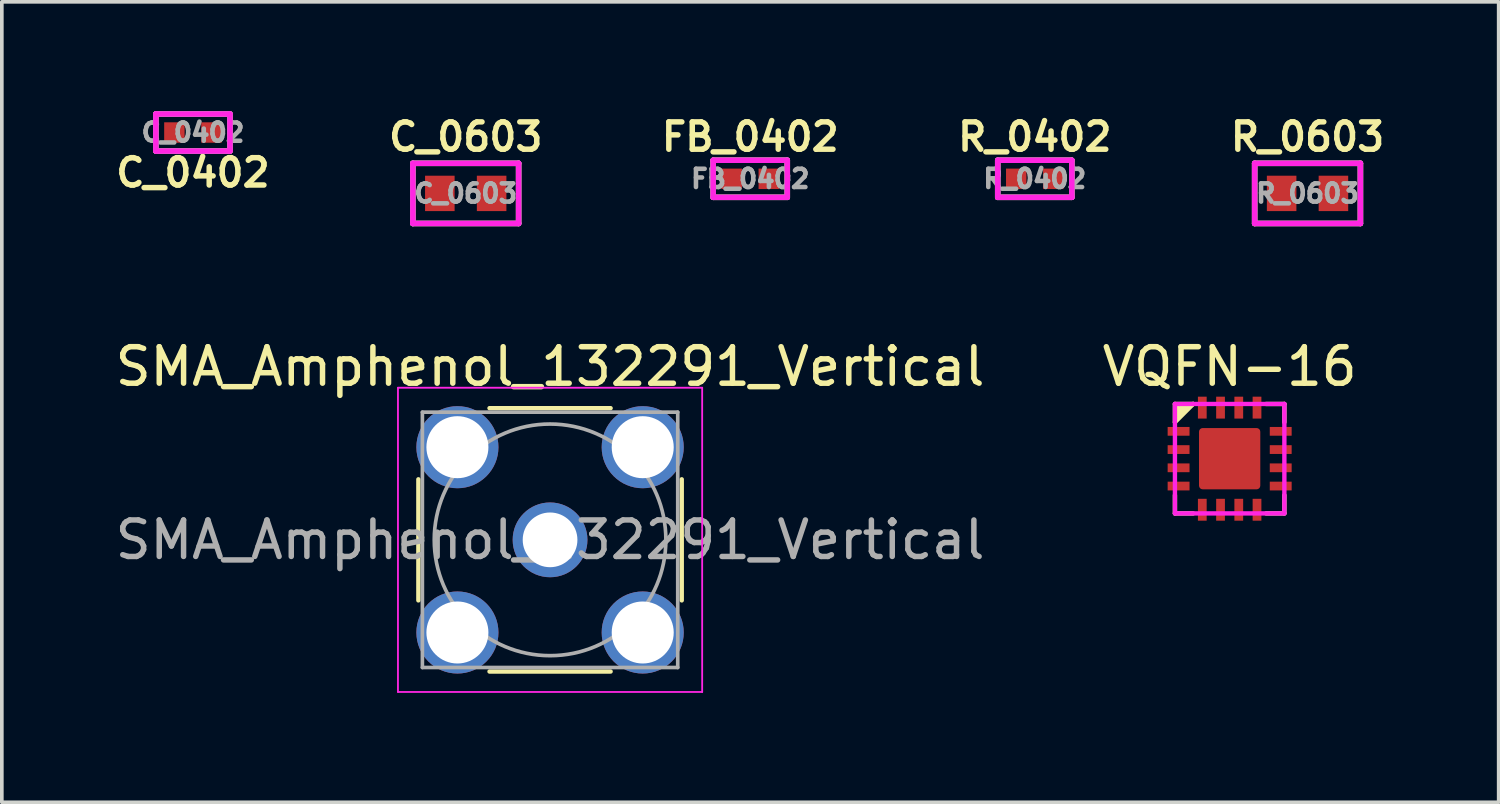
<source format=kicad_pcb>
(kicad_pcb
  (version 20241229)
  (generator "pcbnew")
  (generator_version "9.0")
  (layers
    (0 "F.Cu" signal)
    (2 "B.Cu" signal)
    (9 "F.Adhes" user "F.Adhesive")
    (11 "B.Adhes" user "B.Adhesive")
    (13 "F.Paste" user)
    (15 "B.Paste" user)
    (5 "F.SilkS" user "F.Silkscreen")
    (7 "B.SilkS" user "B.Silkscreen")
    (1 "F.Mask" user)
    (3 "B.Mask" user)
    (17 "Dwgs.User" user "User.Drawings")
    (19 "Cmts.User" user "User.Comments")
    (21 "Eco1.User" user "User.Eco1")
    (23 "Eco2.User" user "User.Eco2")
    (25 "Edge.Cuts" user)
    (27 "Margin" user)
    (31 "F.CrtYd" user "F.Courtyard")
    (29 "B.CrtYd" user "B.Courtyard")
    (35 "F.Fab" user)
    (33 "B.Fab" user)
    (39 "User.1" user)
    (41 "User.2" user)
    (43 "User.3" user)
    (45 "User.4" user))
  (footprint "R_0603"
    (layer "F.Cu")
    (at 32.796 2.252)
    (property "Reference" "R_0603" (at 0 -1.55 0) (layer "F.SilkS") (effects (font (size 0.75 0.75) (thickness 0.15))))
    (attr smd)
    (fp_line (start -1.45 -0.825) (end -1.45 0.825) (stroke (width 0.15) (type solid)) (layer "F.SilkS"))
    (fp_line (start -1.45 -0.825) (end 1.45 -0.825) (stroke (width 0.15) (type solid)) (layer "F.SilkS"))
    (fp_line (start -1.45 0.825) (end 1.45 0.825) (stroke (width 0.15) (type solid)) (layer "F.SilkS"))
    (fp_line (start 1.45 -0.825) (end 1.45 0.825) (stroke (width 0.15) (type solid)) (layer "F.SilkS"))
    (fp_line (start -1.45 -0.825) (end -1.45 0.825) (stroke (width 0.15) (type solid)) (layer "F.CrtYd"))
    (fp_line (start -1.45 -0.825) (end 1.45 -0.825) (stroke (width 0.15) (type solid)) (layer "F.CrtYd"))
    (fp_line (start -1.45 0.825) (end 1.45 0.825) (stroke (width 0.15) (type solid)) (layer "F.CrtYd"))
    (fp_line (start 1.45 -0.825) (end 1.45 0.825) (stroke (width 0.15) (type solid)) (layer "F.CrtYd"))
    (fp_line (start -1.45 -0.825) (end -1.45 0.825) (stroke (width 0.15) (type solid)) (layer "F.Fab"))
    (fp_line (start -1.45 -0.825) (end 1.45 -0.825) (stroke (width 0.15) (type solid)) (layer "F.Fab"))
    (fp_line (start -1.45 0.825) (end 1.45 0.825) (stroke (width 0.15) (type solid)) (layer "F.Fab"))
    (fp_line (start 1.45 -0.825) (end 1.45 0.825) (stroke (width 0.15) (type solid)) (layer "F.Fab"))
    (fp_text user "${REFERENCE}" (at 0 0 0) (layer "F.Fab") (effects (font (size 0.5 0.5) (thickness 0.125))))
    (pad "1" smd rect (at -0.71 0) (size 0.81 0.97) (layers "F.Cu" "F.Mask" "F.Paste"))
    (pad "2" smd rect (at 0.71 0) (size 0.81 0.97) (layers "F.Cu" "F.Mask" "F.Paste")))
  (footprint "C_0603"
    (layer "F.Cu")
    (at 9.718 2.252)
    (property "Reference" "C_0603" (at 0 -1.55 0) (layer "F.SilkS") (effects (font (size 0.75 0.75) (thickness 0.15))))
    (attr smd)
    (fp_line (start -1.45 -0.825) (end -1.45 0.825) (stroke (width 0.15) (type solid)) (layer "F.SilkS"))
    (fp_line (start -1.45 -0.825) (end 1.45 -0.825) (stroke (width 0.15) (type solid)) (layer "F.SilkS"))
    (fp_line (start -1.45 0.825) (end 1.45 0.825) (stroke (width 0.15) (type solid)) (layer "F.SilkS"))
    (fp_line (start 1.45 -0.825) (end 1.45 0.825) (stroke (width 0.15) (type solid)) (layer "F.SilkS"))
    (fp_line (start -1.45 -0.825) (end -1.45 0.825) (stroke (width 0.15) (type solid)) (layer "F.CrtYd"))
    (fp_line (start -1.45 -0.825) (end 1.45 -0.825) (stroke (width 0.15) (type solid)) (layer "F.CrtYd"))
    (fp_line (start -1.45 0.825) (end 1.45 0.825) (stroke (width 0.15) (type solid)) (layer "F.CrtYd"))
    (fp_line (start 1.45 -0.825) (end 1.45 0.825) (stroke (width 0.15) (type solid)) (layer "F.CrtYd"))
    (fp_line (start -1.45 -0.825) (end -1.45 0.825) (stroke (width 0.15) (type solid)) (layer "F.Fab"))
    (fp_line (start -1.45 -0.825) (end 1.45 -0.825) (stroke (width 0.15) (type solid)) (layer "F.Fab"))
    (fp_line (start -1.45 0.825) (end 1.45 0.825) (stroke (width 0.15) (type solid)) (layer "F.Fab"))
    (fp_line (start 1.45 -0.825) (end 1.45 0.825) (stroke (width 0.15) (type solid)) (layer "F.Fab"))
    (fp_text user "${REFERENCE}" (at 0 0 0) (layer "F.Fab") (effects (font (size 0.5 0.5) (thickness 0.125))))
    (pad "1" smd rect (at -0.71 0) (size 0.81 0.97) (layers "F.Cu" "F.Mask" "F.Paste"))
    (pad "2" smd rect (at 0.71 0) (size 0.81 0.97) (layers "F.Cu" "F.Mask" "F.Paste")))
  (footprint "SMA_Amphenol_132291_Vertical"
    (layer "F.Cu")
    (at 12.03 11.75)
    (property "Reference" "SMA_Amphenol_132291_Vertical" (at 0 -4.75 0) (layer "F.SilkS") (effects (font (size 1 1) (thickness 0.15))))
    (attr through_hole)
    (fp_line (start -3.61 -1.66) (end -3.61 1.66) (stroke (width 0.12) (type solid)) (layer "F.SilkS"))
    (fp_line (start -1.66 -3.61) (end 1.66 -3.61) (stroke (width 0.12) (type solid)) (layer "F.SilkS"))
    (fp_line (start -1.66 3.61) (end 1.66 3.61) (stroke (width 0.12) (type solid)) (layer "F.SilkS"))
    (fp_line (start 3.61 -1.66) (end 3.61 1.66) (stroke (width 0.12) (type solid)) (layer "F.SilkS"))
    (fp_line (start -4.17 -4.17) (end -4.17 4.17) (stroke (width 0.05) (type solid)) (layer "F.CrtYd"))
    (fp_line (start -4.17 -4.17) (end 4.17 -4.17) (stroke (width 0.05) (type solid)) (layer "F.CrtYd"))
    (fp_line (start 4.17 4.17) (end -4.17 4.17) (stroke (width 0.05) (type solid)) (layer "F.CrtYd"))
    (fp_line (start 4.17 4.17) (end 4.17 -4.17) (stroke (width 0.05) (type solid)) (layer "F.CrtYd"))
    (fp_line (start -3.5 -3.5) (end -3.5 3.5) (stroke (width 0.1) (type solid)) (layer "F.Fab"))
    (fp_line (start -3.5 -3.5) (end 3.5 -3.5) (stroke (width 0.1) (type solid)) (layer "F.Fab"))
    (fp_line (start -3.5 3.5) (end 3.5 3.5) (stroke (width 0.1) (type solid)) (layer "F.Fab"))
    (fp_line (start 3.5 -3.5) (end 3.5 3.5) (stroke (width 0.1) (type solid)) (layer "F.Fab"))
    (fp_circle (center 0 0) (end 3.175 0) (stroke (width 0.1) (type solid)) (fill no) (layer "F.Fab"))
    (fp_text user "${REFERENCE}" (at 0 0 0) (layer "F.Fab") (effects (font (size 1 1) (thickness 0.15))))
    (pad "1" thru_hole circle (at 0 0) (size 2.05 2.05) (drill 1.5) (layers "*.Cu" "*.Mask"))
    (pad "2" thru_hole circle (at -2.54 -2.54) (size 2.25 2.25) (drill 1.7) (layers "*.Cu" "*.Mask"))
    (pad "2" thru_hole circle (at -2.54 2.54) (size 2.25 2.25) (drill 1.7) (layers "*.Cu" "*.Mask"))
    (pad "2" thru_hole circle (at 2.54 -2.54) (size 2.25 2.25) (drill 1.7) (layers "*.Cu" "*.Mask"))
    (pad "2" thru_hole circle (at 2.54 2.54) (size 2.25 2.25) (drill 1.7) (layers "*.Cu" "*.Mask")))
  (footprint "VQFN-16"
    (layer "F.Cu")
    (at 30.661 9.525)
    (property "Reference" "VQFN-16" (at 0 -2.525 0) (layer "F.SilkS") (effects (font (size 1 1) (thickness 0.15))))
    (attr through_hole)
    (fp_line (start -1.5 -1.5) (end -1.5 -1) (stroke (width 0.12) (type solid)) (layer "F.SilkS"))
    (fp_line (start -1.5 -1.5) (end -1 -1.5) (stroke (width 0.12) (type solid)) (layer "F.SilkS"))
    (fp_line (start -1.5 -1) (end -1 -1.5) (stroke (width 0.12) (type solid)) (layer "F.SilkS"))
    (fp_line (start -1.5 1.5) (end -1.5 1) (stroke (width 0.12) (type solid)) (layer "F.SilkS"))
    (fp_line (start -1.5 1.5) (end -1 1.5) (stroke (width 0.12) (type solid)) (layer "F.SilkS"))
    (fp_line (start -1.45 -1.2) (end -1.25 -1.425) (stroke (width 0.12) (type solid)) (layer "F.SilkS"))
    (fp_line (start -1.425 -1.35) (end -1.425 -1.45) (stroke (width 0.12) (type solid)) (layer "F.SilkS"))
    (fp_line (start -1.25 -1.425) (end -1.425 -1.35) (stroke (width 0.12) (type solid)) (layer "F.SilkS"))
    (fp_line (start -1 -1.5) (end -1.45 -1.2) (stroke (width 0.12) (type solid)) (layer "F.SilkS"))
    (fp_line (start 1.5 -1.5) (end 1 -1.5) (stroke (width 0.12) (type solid)) (layer "F.SilkS"))
    (fp_line (start 1.5 -1.5) (end 1.5 -1) (stroke (width 0.12) (type solid)) (layer "F.SilkS"))
    (fp_line (start 1.5 1.5) (end 1 1.5) (stroke (width 0.12) (type solid)) (layer "F.SilkS"))
    (fp_line (start 1.5 1.5) (end 1.5 1) (stroke (width 0.12) (type solid)) (layer "F.SilkS"))
    (fp_line (start -1.5 -1.5) (end 1.5 -1.5) (stroke (width 0.12) (type solid)) (layer "F.CrtYd"))
    (fp_line (start -1.5 1.5) (end -1.5 -1.5) (stroke (width 0.12) (type solid)) (layer "F.CrtYd"))
    (fp_line (start 1.5 -1.5) (end 1.5 1.5) (stroke (width 0.12) (type solid)) (layer "F.CrtYd"))
    (fp_line (start 1.5 1.5) (end -1.5 1.5) (stroke (width 0.12) (type solid)) (layer "F.CrtYd"))
    (pad "1" smd rect (at -1.4 -0.75) (size 0.6 0.24) (layers "F.Cu" "F.Mask" "F.Paste"))
    (pad "2" smd rect (at -1.4 -0.25) (size 0.6 0.24) (layers "F.Cu" "F.Mask" "F.Paste"))
    (pad "3" smd rect (at -1.4 0.25) (size 0.6 0.24) (layers "F.Cu" "F.Mask" "F.Paste"))
    (pad "4" smd rect (at -1.4 0.75) (size 0.6 0.24) (layers "F.Cu" "F.Mask" "F.Paste"))
    (pad "5" smd rect (at -0.75 1.4 90) (size 0.6 0.24) (layers "F.Cu" "F.Mask" "F.Paste"))
    (pad "6" smd rect (at -0.25 1.4 90) (size 0.6 0.24) (layers "F.Cu" "F.Mask" "F.Paste"))
    (pad "7" smd rect (at 0.25 1.4 90) (size 0.6 0.24) (layers "F.Cu" "F.Mask" "F.Paste"))
    (pad "8" smd rect (at 0.75 1.4 90) (size 0.6 0.24) (layers "F.Cu" "F.Mask" "F.Paste"))
    (pad "9" smd rect (at 1.4 0.75) (size 0.6 0.24) (layers "F.Cu" "F.Mask" "F.Paste"))
    (pad "10" smd rect (at 1.4 0.25) (size 0.6 0.24) (layers "F.Cu" "F.Mask" "F.Paste"))
    (pad "11" smd rect (at 1.4 -0.25) (size 0.6 0.24) (layers "F.Cu" "F.Mask" "F.Paste"))
    (pad "12" smd rect (at 1.4 -0.75) (size 0.6 0.24) (layers "F.Cu" "F.Mask" "F.Paste"))
    (pad "13" smd rect (at 0.75 -1.4 90) (size 0.6 0.24) (layers "F.Cu" "F.Mask" "F.Paste"))
    (pad "14" smd rect (at 0.25 -1.4 90) (size 0.6 0.24) (layers "F.Cu" "F.Mask" "F.Paste"))
    (pad "15" smd rect (at -0.25 -1.4 90) (size 0.6 0.24) (layers "F.Cu" "F.Mask" "F.Paste"))
    (pad "16" smd rect (at -0.75 -1.4 90) (size 0.6 0.24) (layers "F.Cu" "F.Mask" "F.Paste"))
    (pad "EP" smd roundrect (at 0 0 90) (size 1.68 1.68) (layers "F.Cu" "F.Mask" "F.Paste") (roundrect_rratio 0.06)))
  (footprint "C_0402"
    (layer "F.Cu")
    (at 2.239 0.583)
    (property "Reference" "C_0402" (at 0 1.1 0) (layer "F.SilkS") (effects (font (size 0.75 0.75) (thickness 0.15))))
    (attr smd)
    (fp_line (start -1.016 -0.508) (end 1.016 -0.508) (stroke (width 0.15) (type solid)) (layer "F.SilkS"))
    (fp_line (start -1.016 0.508) (end -1.016 -0.508) (stroke (width 0.15) (type solid)) (layer "F.SilkS"))
    (fp_line (start 1.016 -0.508) (end 1.016 0.508) (stroke (width 0.15) (type solid)) (layer "F.SilkS"))
    (fp_line (start 1.016 0.508) (end -1.016 0.508) (stroke (width 0.15) (type solid)) (layer "F.SilkS"))
    (fp_line (start -1.016 -0.508) (end -1.016 0.508) (stroke (width 0.15) (type solid)) (layer "F.CrtYd"))
    (fp_line (start -1.016 -0.508) (end 1.016 -0.508) (stroke (width 0.15) (type solid)) (layer "F.CrtYd"))
    (fp_line (start -1.016 0.508) (end 1.016 0.508) (stroke (width 0.15) (type solid)) (layer "F.CrtYd"))
    (fp_line (start 1.016 -0.508) (end 1.016 0.508) (stroke (width 0.15) (type solid)) (layer "F.CrtYd"))
    (fp_line (start -1.016 -0.508) (end 1.016 -0.508) (stroke (width 0.15) (type solid)) (layer "F.Fab"))
    (fp_line (start -1.016 0.508) (end -1.016 -0.508) (stroke (width 0.15) (type solid)) (layer "F.Fab"))
    (fp_line (start 1.016 -0.508) (end 1.016 0.508) (stroke (width 0.15) (type solid)) (layer "F.Fab"))
    (fp_line (start 1.016 0.508) (end -1.016 0.508) (stroke (width 0.15) (type solid)) (layer "F.Fab"))
    (fp_text user "${REFERENCE}" (at 0 0 0) (layer "F.Fab") (effects (font (size 0.5 0.5) (thickness 0.125))))
    (pad "1" smd rect (at -0.508 0) (size 0.56 0.56) (layers "F.Cu" "F.Mask" "F.Paste"))
    (pad "2" smd rect (at 0.508 0) (size 0.56 0.56) (layers "F.Cu" "F.Mask" "F.Paste")))
  (footprint "R_0402"
    (layer "F.Cu")
    (at 25.318 1.852)
    (property "Reference" "R_0402" (at 0 -1.15 0) (layer "F.SilkS") (effects (font (size 0.75 0.75) (thickness 0.15))))
    (attr smd)
    (fp_line (start -1.016 -0.508) (end 1.016 -0.508) (stroke (width 0.15) (type solid)) (layer "F.SilkS"))
    (fp_line (start -1.016 0.508) (end -1.016 -0.508) (stroke (width 0.15) (type solid)) (layer "F.SilkS"))
    (fp_line (start 1.016 -0.508) (end 1.016 0.508) (stroke (width 0.15) (type solid)) (layer "F.SilkS"))
    (fp_line (start 1.016 0.508) (end -1.016 0.508) (stroke (width 0.15) (type solid)) (layer "F.SilkS"))
    (fp_line (start -1.016 -0.508) (end -1.016 0.508) (stroke (width 0.15) (type solid)) (layer "F.CrtYd"))
    (fp_line (start -1.016 -0.508) (end 1.016 -0.508) (stroke (width 0.15) (type solid)) (layer "F.CrtYd"))
    (fp_line (start -1.016 0.508) (end 1.016 0.508) (stroke (width 0.15) (type solid)) (layer "F.CrtYd"))
    (fp_line (start 1.016 -0.508) (end 1.016 0.508) (stroke (width 0.15) (type solid)) (layer "F.CrtYd"))
    (fp_line (start -1.016 -0.508) (end 1.016 -0.508) (stroke (width 0.15) (type solid)) (layer "F.Fab"))
    (fp_line (start -1.016 0.508) (end -1.016 -0.508) (stroke (width 0.15) (type solid)) (layer "F.Fab"))
    (fp_line (start 1.016 -0.508) (end 1.016 0.508) (stroke (width 0.15) (type solid)) (layer "F.Fab"))
    (fp_line (start 1.016 0.508) (end -1.016 0.508) (stroke (width 0.15) (type solid)) (layer "F.Fab"))
    (fp_text user "${REFERENCE}" (at 0 0 0) (layer "F.Fab") (effects (font (size 0.5 0.5) (thickness 0.125))))
    (pad "1" smd rect (at -0.508 0) (size 0.56 0.56) (layers "F.Cu" "F.Mask" "F.Paste"))
    (pad "2" smd rect (at 0.508 0) (size 0.56 0.56) (layers "F.Cu" "F.Mask" "F.Paste")))
  (footprint "FB_0402"
    (layer "F.Cu")
    (at 17.518 1.852)
    (property "Reference" "FB_0402" (at 0 -1.15 0) (layer "F.SilkS") (effects (font (size 0.75 0.75) (thickness 0.15))))
    (attr smd)
    (fp_line (start -1.016 -0.508) (end 1.016 -0.508) (stroke (width 0.15) (type solid)) (layer "F.SilkS"))
    (fp_line (start -1.016 0.508) (end -1.016 -0.508) (stroke (width 0.15) (type solid)) (layer "F.SilkS"))
    (fp_line (start 1.016 -0.508) (end 1.016 0.508) (stroke (width 0.15) (type solid)) (layer "F.SilkS"))
    (fp_line (start 1.016 0.508) (end -1.016 0.508) (stroke (width 0.15) (type solid)) (layer "F.SilkS"))
    (fp_line (start -1.016 -0.508) (end -1.016 0.508) (stroke (width 0.15) (type solid)) (layer "F.CrtYd"))
    (fp_line (start -1.016 -0.508) (end 1.016 -0.508) (stroke (width 0.15) (type solid)) (layer "F.CrtYd"))
    (fp_line (start -1.016 0.508) (end 1.016 0.508) (stroke (width 0.15) (type solid)) (layer "F.CrtYd"))
    (fp_line (start 1.016 -0.508) (end 1.016 0.508) (stroke (width 0.15) (type solid)) (layer "F.CrtYd"))
    (fp_line (start -1.016 -0.508) (end 1.016 -0.508) (stroke (width 0.15) (type solid)) (layer "F.Fab"))
    (fp_line (start -1.016 0.508) (end -1.016 -0.508) (stroke (width 0.15) (type solid)) (layer "F.Fab"))
    (fp_line (start 1.016 -0.508) (end 1.016 0.508) (stroke (width 0.15) (type solid)) (layer "F.Fab"))
    (fp_line (start 1.016 0.508) (end -1.016 0.508) (stroke (width 0.15) (type solid)) (layer "F.Fab"))
    (fp_text user "${REFERENCE}" (at 0 0 0) (layer "F.Fab") (effects (font (size 0.5 0.5) (thickness 0.125))))
    (pad "1" smd rect (at -0.508 0) (size 0.56 0.56) (layers "F.Cu" "F.Mask" "F.Paste"))
    (pad "2" smd rect (at 0.508 0) (size 0.56 0.56) (layers "F.Cu" "F.Mask" "F.Paste")))
  (gr_rect
    (start -3 -3)
    (end 38.036 18.945)
    (stroke (width 0.1) (type default))
    (fill no)
    (layer "Edge.Cuts")))
</source>
